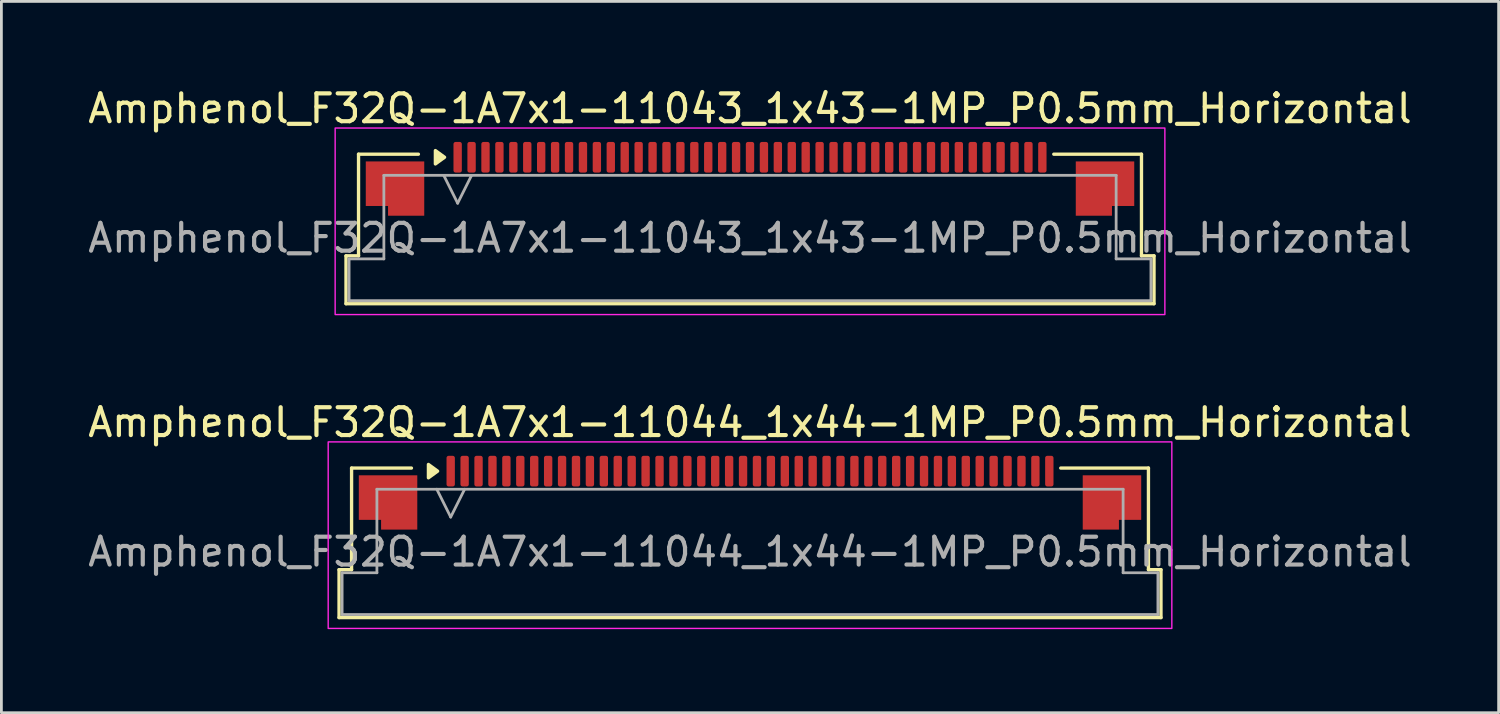
<source format=kicad_pcb>
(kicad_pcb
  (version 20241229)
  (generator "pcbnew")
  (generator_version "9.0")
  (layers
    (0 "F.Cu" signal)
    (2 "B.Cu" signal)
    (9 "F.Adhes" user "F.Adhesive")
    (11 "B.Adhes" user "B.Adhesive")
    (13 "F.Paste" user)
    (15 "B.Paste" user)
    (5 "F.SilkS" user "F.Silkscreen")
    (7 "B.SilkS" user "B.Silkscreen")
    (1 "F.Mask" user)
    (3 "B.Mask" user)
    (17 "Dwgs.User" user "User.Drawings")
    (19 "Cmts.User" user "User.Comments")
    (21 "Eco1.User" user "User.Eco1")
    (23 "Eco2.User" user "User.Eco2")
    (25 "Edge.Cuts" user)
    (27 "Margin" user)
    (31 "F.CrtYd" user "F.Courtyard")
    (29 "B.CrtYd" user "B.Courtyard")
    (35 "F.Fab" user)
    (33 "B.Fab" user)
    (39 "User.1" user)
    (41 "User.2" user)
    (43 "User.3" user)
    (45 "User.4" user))
  (footprint "Amphenol_F32Q-1A7x1-11043_1x43-1MP_P0.5mm_Horizontal"
    (layer "F.Cu")
    (at 23.887 5.498)
    (property "Reference" "Amphenol_F32Q-1A7x1-11043_1x43-1MP_P0.5mm_Horizontal" (at 0 -4.65 0) (layer "F.SilkS") (effects (font (size 1 1) (thickness 0.15))))
    (attr smd)
    (fp_line (start -14.51 0.64) (end -14.06 0.64) (stroke (width 0.12) (type solid)) (layer "F.SilkS"))
    (fp_line (start -14.51 2.36) (end -14.51 0.64) (stroke (width 0.12) (type solid)) (layer "F.SilkS"))
    (fp_line (start -14.06 -3.01) (end -11.91 -3.01) (stroke (width 0.12) (type solid)) (layer "F.SilkS"))
    (fp_line (start -14.06 0.64) (end -14.06 -3.01) (stroke (width 0.12) (type solid)) (layer "F.SilkS"))
    (fp_line (start 10.91 -3.01) (end 14.06 -3.01) (stroke (width 0.12) (type solid)) (layer "F.SilkS"))
    (fp_line (start 14.06 -3.01) (end 14.06 0.64) (stroke (width 0.12) (type solid)) (layer "F.SilkS"))
    (fp_line (start 14.06 0.64) (end 14.51 0.64) (stroke (width 0.12) (type solid)) (layer "F.SilkS"))
    (fp_line (start 14.51 0.64) (end 14.51 2.36) (stroke (width 0.12) (type solid)) (layer "F.SilkS"))
    (fp_line (start 14.51 2.36) (end -14.51 2.36) (stroke (width 0.12) (type solid)) (layer "F.SilkS"))
    (fp_poly (pts (xy -10.97 -2.9) (xy -11.3 -2.66) (xy -11.3 -3.14)) (stroke (width 0.12) (type solid)) (fill yes) (layer "F.SilkS"))
    (fp_rect (start -14.9 -3.95) (end 14.9 2.75) (stroke (width 0.05) (type solid)) (fill no) (layer "F.CrtYd"))
    (fp_line (start -14.4 0.75) (end -13.15 0.75) (stroke (width 0.1) (type solid)) (layer "F.Fab"))
    (fp_line (start -14.4 2.25) (end -14.4 0.75) (stroke (width 0.1) (type solid)) (layer "F.Fab"))
    (fp_line (start -13.15 -2.25) (end 13.15 -2.25) (stroke (width 0.1) (type solid)) (layer "F.Fab"))
    (fp_line (start -13.15 0.75) (end -13.15 -2.25) (stroke (width 0.1) (type solid)) (layer "F.Fab"))
    (fp_line (start -11 -2.25) (end -10.5 -1.25) (stroke (width 0.1) (type solid)) (layer "F.Fab"))
    (fp_line (start -10.5 -1.25) (end -10 -2.25) (stroke (width 0.1) (type solid)) (layer "F.Fab"))
    (fp_line (start 13.15 -2.25) (end 13.15 0.75) (stroke (width 0.1) (type solid)) (layer "F.Fab"))
    (fp_line (start 13.15 0.75) (end 14.4 0.75) (stroke (width 0.1) (type solid)) (layer "F.Fab"))
    (fp_line (start 14.4 0.75) (end 14.4 2.25) (stroke (width 0.1) (type solid)) (layer "F.Fab"))
    (fp_line (start 14.4 2.25) (end -14.4 2.25) (stroke (width 0.1) (type solid)) (layer "F.Fab"))
    (fp_text user "${REFERENCE}" (at 0 0 0) (layer "F.Fab") (effects (font (size 1 1) (thickness 0.15))))
    (pad "1" smd roundrect (at -10.5 -2.9) (size 0.3 1.1) (layers "F.Cu" "F.Mask" "F.Paste") (roundrect_rratio 0.25))
    (pad "2" smd roundrect (at -10 -2.9) (size 0.3 1.1) (layers "F.Cu" "F.Mask" "F.Paste") (roundrect_rratio 0.25))
    (pad "3" smd roundrect (at -9.5 -2.9) (size 0.3 1.1) (layers "F.Cu" "F.Mask" "F.Paste") (roundrect_rratio 0.25))
    (pad "4" smd roundrect (at -9 -2.9) (size 0.3 1.1) (layers "F.Cu" "F.Mask" "F.Paste") (roundrect_rratio 0.25))
    (pad "5" smd roundrect (at -8.5 -2.9) (size 0.3 1.1) (layers "F.Cu" "F.Mask" "F.Paste") (roundrect_rratio 0.25))
    (pad "6" smd roundrect (at -8 -2.9) (size 0.3 1.1) (layers "F.Cu" "F.Mask" "F.Paste") (roundrect_rratio 0.25))
    (pad "7" smd roundrect (at -7.5 -2.9) (size 0.3 1.1) (layers "F.Cu" "F.Mask" "F.Paste") (roundrect_rratio 0.25))
    (pad "8" smd roundrect (at -7 -2.9) (size 0.3 1.1) (layers "F.Cu" "F.Mask" "F.Paste") (roundrect_rratio 0.25))
    (pad "9" smd roundrect (at -6.5 -2.9) (size 0.3 1.1) (layers "F.Cu" "F.Mask" "F.Paste") (roundrect_rratio 0.25))
    (pad "10" smd roundrect (at -6 -2.9) (size 0.3 1.1) (layers "F.Cu" "F.Mask" "F.Paste") (roundrect_rratio 0.25))
    (pad "11" smd roundrect (at -5.5 -2.9) (size 0.3 1.1) (layers "F.Cu" "F.Mask" "F.Paste") (roundrect_rratio 0.25))
    (pad "12" smd roundrect (at -5 -2.9) (size 0.3 1.1) (layers "F.Cu" "F.Mask" "F.Paste") (roundrect_rratio 0.25))
    (pad "13" smd roundrect (at -4.5 -2.9) (size 0.3 1.1) (layers "F.Cu" "F.Mask" "F.Paste") (roundrect_rratio 0.25))
    (pad "14" smd roundrect (at -4 -2.9) (size 0.3 1.1) (layers "F.Cu" "F.Mask" "F.Paste") (roundrect_rratio 0.25))
    (pad "15" smd roundrect (at -3.5 -2.9) (size 0.3 1.1) (layers "F.Cu" "F.Mask" "F.Paste") (roundrect_rratio 0.25))
    (pad "16" smd roundrect (at -3 -2.9) (size 0.3 1.1) (layers "F.Cu" "F.Mask" "F.Paste") (roundrect_rratio 0.25))
    (pad "17" smd roundrect (at -2.5 -2.9) (size 0.3 1.1) (layers "F.Cu" "F.Mask" "F.Paste") (roundrect_rratio 0.25))
    (pad "18" smd roundrect (at -2 -2.9) (size 0.3 1.1) (layers "F.Cu" "F.Mask" "F.Paste") (roundrect_rratio 0.25))
    (pad "19" smd roundrect (at -1.5 -2.9) (size 0.3 1.1) (layers "F.Cu" "F.Mask" "F.Paste") (roundrect_rratio 0.25))
    (pad "20" smd roundrect (at -1 -2.9) (size 0.3 1.1) (layers "F.Cu" "F.Mask" "F.Paste") (roundrect_rratio 0.25))
    (pad "21" smd roundrect (at -0.5 -2.9) (size 0.3 1.1) (layers "F.Cu" "F.Mask" "F.Paste") (roundrect_rratio 0.25))
    (pad "22" smd roundrect (at 0 -2.9) (size 0.3 1.1) (layers "F.Cu" "F.Mask" "F.Paste") (roundrect_rratio 0.25))
    (pad "23" smd roundrect (at 0.5 -2.9) (size 0.3 1.1) (layers "F.Cu" "F.Mask" "F.Paste") (roundrect_rratio 0.25))
    (pad "24" smd roundrect (at 1 -2.9) (size 0.3 1.1) (layers "F.Cu" "F.Mask" "F.Paste") (roundrect_rratio 0.25))
    (pad "25" smd roundrect (at 1.5 -2.9) (size 0.3 1.1) (layers "F.Cu" "F.Mask" "F.Paste") (roundrect_rratio 0.25))
    (pad "26" smd roundrect (at 2 -2.9) (size 0.3 1.1) (layers "F.Cu" "F.Mask" "F.Paste") (roundrect_rratio 0.25))
    (pad "27" smd roundrect (at 2.5 -2.9) (size 0.3 1.1) (layers "F.Cu" "F.Mask" "F.Paste") (roundrect_rratio 0.25))
    (pad "28" smd roundrect (at 3 -2.9) (size 0.3 1.1) (layers "F.Cu" "F.Mask" "F.Paste") (roundrect_rratio 0.25))
    (pad "29" smd roundrect (at 3.5 -2.9) (size 0.3 1.1) (layers "F.Cu" "F.Mask" "F.Paste") (roundrect_rratio 0.25))
    (pad "30" smd roundrect (at 4 -2.9) (size 0.3 1.1) (layers "F.Cu" "F.Mask" "F.Paste") (roundrect_rratio 0.25))
    (pad "31" smd roundrect (at 4.5 -2.9) (size 0.3 1.1) (layers "F.Cu" "F.Mask" "F.Paste") (roundrect_rratio 0.25))
    (pad "32" smd roundrect (at 5 -2.9) (size 0.3 1.1) (layers "F.Cu" "F.Mask" "F.Paste") (roundrect_rratio 0.25))
    (pad "33" smd roundrect (at 5.5 -2.9) (size 0.3 1.1) (layers "F.Cu" "F.Mask" "F.Paste") (roundrect_rratio 0.25))
    (pad "34" smd roundrect (at 6 -2.9) (size 0.3 1.1) (layers "F.Cu" "F.Mask" "F.Paste") (roundrect_rratio 0.25))
    (pad "35" smd roundrect (at 6.5 -2.9) (size 0.3 1.1) (layers "F.Cu" "F.Mask" "F.Paste") (roundrect_rratio 0.25))
    (pad "36" smd roundrect (at 7 -2.9) (size 0.3 1.1) (layers "F.Cu" "F.Mask" "F.Paste") (roundrect_rratio 0.25))
    (pad "37" smd roundrect (at 7.5 -2.9) (size 0.3 1.1) (layers "F.Cu" "F.Mask" "F.Paste") (roundrect_rratio 0.25))
    (pad "38" smd roundrect (at 8 -2.9) (size 0.3 1.1) (layers "F.Cu" "F.Mask" "F.Paste") (roundrect_rratio 0.25))
    (pad "39" smd roundrect (at 8.5 -2.9) (size 0.3 1.1) (layers "F.Cu" "F.Mask" "F.Paste") (roundrect_rratio 0.25))
    (pad "40" smd roundrect (at 9 -2.9) (size 0.3 1.1) (layers "F.Cu" "F.Mask" "F.Paste") (roundrect_rratio 0.25))
    (pad "41" smd roundrect (at 9.5 -2.9) (size 0.3 1.1) (layers "F.Cu" "F.Mask" "F.Paste") (roundrect_rratio 0.25))
    (pad "42" smd roundrect (at 10 -2.9) (size 0.3 1.1) (layers "F.Cu" "F.Mask" "F.Paste") (roundrect_rratio 0.25))
    (pad "43" smd roundrect (at 10.5 -2.9) (size 0.3 1.1) (layers "F.Cu" "F.Mask" "F.Paste") (roundrect_rratio 0.25))
    (pad "MP" smd custom (at -12.75 -1.775) (size 1 1) (layers "F.Cu" "F.Mask" "F.Paste") (options (anchor circle)) (primitives (gr_poly (pts (xy 1.05 -0.975) (xy 1.05 0.975) (xy -0.25 0.975) (xy -0.25 0.625) (xy -1.05 0.625) (xy -1.05 -0.975)) (width 0) (fill yes))))
    (pad "MP" smd custom (at 12.75 -1.775) (size 1 1) (layers "F.Cu" "F.Mask" "F.Paste") (options (anchor circle)) (primitives (gr_poly (pts (xy -1.05 -0.975) (xy -1.05 0.975) (xy 0.25 0.975) (xy 0.25 0.625) (xy 1.05 0.625) (xy 1.05 -0.975)) (width 0) (fill yes)))))
  (footprint "Amphenol_F32Q-1A7x1-11044_1x44-1MP_P0.5mm_Horizontal"
    (layer "F.Cu")
    (at 23.887 16.771)
    (property "Reference" "Amphenol_F32Q-1A7x1-11044_1x44-1MP_P0.5mm_Horizontal" (at 0 -4.65 0) (layer "F.SilkS") (effects (font (size 1 1) (thickness 0.15))))
    (attr smd)
    (fp_line (start -14.76 0.64) (end -14.31 0.64) (stroke (width 0.12) (type solid)) (layer "F.SilkS"))
    (fp_line (start -14.76 2.36) (end -14.76 0.64) (stroke (width 0.12) (type solid)) (layer "F.SilkS"))
    (fp_line (start -14.31 -3.01) (end -12.16 -3.01) (stroke (width 0.12) (type solid)) (layer "F.SilkS"))
    (fp_line (start -14.31 0.64) (end -14.31 -3.01) (stroke (width 0.12) (type solid)) (layer "F.SilkS"))
    (fp_line (start 11.16 -3.01) (end 14.31 -3.01) (stroke (width 0.12) (type solid)) (layer "F.SilkS"))
    (fp_line (start 14.31 -3.01) (end 14.31 0.64) (stroke (width 0.12) (type solid)) (layer "F.SilkS"))
    (fp_line (start 14.31 0.64) (end 14.76 0.64) (stroke (width 0.12) (type solid)) (layer "F.SilkS"))
    (fp_line (start 14.76 0.64) (end 14.76 2.36) (stroke (width 0.12) (type solid)) (layer "F.SilkS"))
    (fp_line (start 14.76 2.36) (end -14.76 2.36) (stroke (width 0.12) (type solid)) (layer "F.SilkS"))
    (fp_poly (pts (xy -11.22 -2.9) (xy -11.55 -2.66) (xy -11.55 -3.14)) (stroke (width 0.12) (type solid)) (fill yes) (layer "F.SilkS"))
    (fp_rect (start -15.15 -3.95) (end 15.15 2.75) (stroke (width 0.05) (type solid)) (fill no) (layer "F.CrtYd"))
    (fp_line (start -14.65 0.75) (end -13.4 0.75) (stroke (width 0.1) (type solid)) (layer "F.Fab"))
    (fp_line (start -14.65 2.25) (end -14.65 0.75) (stroke (width 0.1) (type solid)) (layer "F.Fab"))
    (fp_line (start -13.4 -2.25) (end 13.4 -2.25) (stroke (width 0.1) (type solid)) (layer "F.Fab"))
    (fp_line (start -13.4 0.75) (end -13.4 -2.25) (stroke (width 0.1) (type solid)) (layer "F.Fab"))
    (fp_line (start -11.25 -2.25) (end -10.75 -1.25) (stroke (width 0.1) (type solid)) (layer "F.Fab"))
    (fp_line (start -10.75 -1.25) (end -10.25 -2.25) (stroke (width 0.1) (type solid)) (layer "F.Fab"))
    (fp_line (start 13.4 -2.25) (end 13.4 0.75) (stroke (width 0.1) (type solid)) (layer "F.Fab"))
    (fp_line (start 13.4 0.75) (end 14.65 0.75) (stroke (width 0.1) (type solid)) (layer "F.Fab"))
    (fp_line (start 14.65 0.75) (end 14.65 2.25) (stroke (width 0.1) (type solid)) (layer "F.Fab"))
    (fp_line (start 14.65 2.25) (end -14.65 2.25) (stroke (width 0.1) (type solid)) (layer "F.Fab"))
    (fp_text user "${REFERENCE}" (at 0 0 0) (layer "F.Fab") (effects (font (size 1 1) (thickness 0.15))))
    (pad "1" smd roundrect (at -10.75 -2.9) (size 0.3 1.1) (layers "F.Cu" "F.Mask" "F.Paste") (roundrect_rratio 0.25))
    (pad "2" smd roundrect (at -10.25 -2.9) (size 0.3 1.1) (layers "F.Cu" "F.Mask" "F.Paste") (roundrect_rratio 0.25))
    (pad "3" smd roundrect (at -9.75 -2.9) (size 0.3 1.1) (layers "F.Cu" "F.Mask" "F.Paste") (roundrect_rratio 0.25))
    (pad "4" smd roundrect (at -9.25 -2.9) (size 0.3 1.1) (layers "F.Cu" "F.Mask" "F.Paste") (roundrect_rratio 0.25))
    (pad "5" smd roundrect (at -8.75 -2.9) (size 0.3 1.1) (layers "F.Cu" "F.Mask" "F.Paste") (roundrect_rratio 0.25))
    (pad "6" smd roundrect (at -8.25 -2.9) (size 0.3 1.1) (layers "F.Cu" "F.Mask" "F.Paste") (roundrect_rratio 0.25))
    (pad "7" smd roundrect (at -7.75 -2.9) (size 0.3 1.1) (layers "F.Cu" "F.Mask" "F.Paste") (roundrect_rratio 0.25))
    (pad "8" smd roundrect (at -7.25 -2.9) (size 0.3 1.1) (layers "F.Cu" "F.Mask" "F.Paste") (roundrect_rratio 0.25))
    (pad "9" smd roundrect (at -6.75 -2.9) (size 0.3 1.1) (layers "F.Cu" "F.Mask" "F.Paste") (roundrect_rratio 0.25))
    (pad "10" smd roundrect (at -6.25 -2.9) (size 0.3 1.1) (layers "F.Cu" "F.Mask" "F.Paste") (roundrect_rratio 0.25))
    (pad "11" smd roundrect (at -5.75 -2.9) (size 0.3 1.1) (layers "F.Cu" "F.Mask" "F.Paste") (roundrect_rratio 0.25))
    (pad "12" smd roundrect (at -5.25 -2.9) (size 0.3 1.1) (layers "F.Cu" "F.Mask" "F.Paste") (roundrect_rratio 0.25))
    (pad "13" smd roundrect (at -4.75 -2.9) (size 0.3 1.1) (layers "F.Cu" "F.Mask" "F.Paste") (roundrect_rratio 0.25))
    (pad "14" smd roundrect (at -4.25 -2.9) (size 0.3 1.1) (layers "F.Cu" "F.Mask" "F.Paste") (roundrect_rratio 0.25))
    (pad "15" smd roundrect (at -3.75 -2.9) (size 0.3 1.1) (layers "F.Cu" "F.Mask" "F.Paste") (roundrect_rratio 0.25))
    (pad "16" smd roundrect (at -3.25 -2.9) (size 0.3 1.1) (layers "F.Cu" "F.Mask" "F.Paste") (roundrect_rratio 0.25))
    (pad "17" smd roundrect (at -2.75 -2.9) (size 0.3 1.1) (layers "F.Cu" "F.Mask" "F.Paste") (roundrect_rratio 0.25))
    (pad "18" smd roundrect (at -2.25 -2.9) (size 0.3 1.1) (layers "F.Cu" "F.Mask" "F.Paste") (roundrect_rratio 0.25))
    (pad "19" smd roundrect (at -1.75 -2.9) (size 0.3 1.1) (layers "F.Cu" "F.Mask" "F.Paste") (roundrect_rratio 0.25))
    (pad "20" smd roundrect (at -1.25 -2.9) (size 0.3 1.1) (layers "F.Cu" "F.Mask" "F.Paste") (roundrect_rratio 0.25))
    (pad "21" smd roundrect (at -0.75 -2.9) (size 0.3 1.1) (layers "F.Cu" "F.Mask" "F.Paste") (roundrect_rratio 0.25))
    (pad "22" smd roundrect (at -0.25 -2.9) (size 0.3 1.1) (layers "F.Cu" "F.Mask" "F.Paste") (roundrect_rratio 0.25))
    (pad "23" smd roundrect (at 0.25 -2.9) (size 0.3 1.1) (layers "F.Cu" "F.Mask" "F.Paste") (roundrect_rratio 0.25))
    (pad "24" smd roundrect (at 0.75 -2.9) (size 0.3 1.1) (layers "F.Cu" "F.Mask" "F.Paste") (roundrect_rratio 0.25))
    (pad "25" smd roundrect (at 1.25 -2.9) (size 0.3 1.1) (layers "F.Cu" "F.Mask" "F.Paste") (roundrect_rratio 0.25))
    (pad "26" smd roundrect (at 1.75 -2.9) (size 0.3 1.1) (layers "F.Cu" "F.Mask" "F.Paste") (roundrect_rratio 0.25))
    (pad "27" smd roundrect (at 2.25 -2.9) (size 0.3 1.1) (layers "F.Cu" "F.Mask" "F.Paste") (roundrect_rratio 0.25))
    (pad "28" smd roundrect (at 2.75 -2.9) (size 0.3 1.1) (layers "F.Cu" "F.Mask" "F.Paste") (roundrect_rratio 0.25))
    (pad "29" smd roundrect (at 3.25 -2.9) (size 0.3 1.1) (layers "F.Cu" "F.Mask" "F.Paste") (roundrect_rratio 0.25))
    (pad "30" smd roundrect (at 3.75 -2.9) (size 0.3 1.1) (layers "F.Cu" "F.Mask" "F.Paste") (roundrect_rratio 0.25))
    (pad "31" smd roundrect (at 4.25 -2.9) (size 0.3 1.1) (layers "F.Cu" "F.Mask" "F.Paste") (roundrect_rratio 0.25))
    (pad "32" smd roundrect (at 4.75 -2.9) (size 0.3 1.1) (layers "F.Cu" "F.Mask" "F.Paste") (roundrect_rratio 0.25))
    (pad "33" smd roundrect (at 5.25 -2.9) (size 0.3 1.1) (layers "F.Cu" "F.Mask" "F.Paste") (roundrect_rratio 0.25))
    (pad "34" smd roundrect (at 5.75 -2.9) (size 0.3 1.1) (layers "F.Cu" "F.Mask" "F.Paste") (roundrect_rratio 0.25))
    (pad "35" smd roundrect (at 6.25 -2.9) (size 0.3 1.1) (layers "F.Cu" "F.Mask" "F.Paste") (roundrect_rratio 0.25))
    (pad "36" smd roundrect (at 6.75 -2.9) (size 0.3 1.1) (layers "F.Cu" "F.Mask" "F.Paste") (roundrect_rratio 0.25))
    (pad "37" smd roundrect (at 7.25 -2.9) (size 0.3 1.1) (layers "F.Cu" "F.Mask" "F.Paste") (roundrect_rratio 0.25))
    (pad "38" smd roundrect (at 7.75 -2.9) (size 0.3 1.1) (layers "F.Cu" "F.Mask" "F.Paste") (roundrect_rratio 0.25))
    (pad "39" smd roundrect (at 8.25 -2.9) (size 0.3 1.1) (layers "F.Cu" "F.Mask" "F.Paste") (roundrect_rratio 0.25))
    (pad "40" smd roundrect (at 8.75 -2.9) (size 0.3 1.1) (layers "F.Cu" "F.Mask" "F.Paste") (roundrect_rratio 0.25))
    (pad "41" smd roundrect (at 9.25 -2.9) (size 0.3 1.1) (layers "F.Cu" "F.Mask" "F.Paste") (roundrect_rratio 0.25))
    (pad "42" smd roundrect (at 9.75 -2.9) (size 0.3 1.1) (layers "F.Cu" "F.Mask" "F.Paste") (roundrect_rratio 0.25))
    (pad "43" smd roundrect (at 10.25 -2.9) (size 0.3 1.1) (layers "F.Cu" "F.Mask" "F.Paste") (roundrect_rratio 0.25))
    (pad "44" smd roundrect (at 10.75 -2.9) (size 0.3 1.1) (layers "F.Cu" "F.Mask" "F.Paste") (roundrect_rratio 0.25))
    (pad "MP" smd custom (at -13 -1.775) (size 1 1) (layers "F.Cu" "F.Mask" "F.Paste") (options (anchor circle)) (primitives (gr_poly (pts (xy 1.05 -0.975) (xy 1.05 0.975) (xy -0.25 0.975) (xy -0.25 0.625) (xy -1.05 0.625) (xy -1.05 -0.975)) (width 0) (fill yes))))
    (pad "MP" smd custom (at 13 -1.775) (size 1 1) (layers "F.Cu" "F.Mask" "F.Paste") (options (anchor circle)) (primitives (gr_poly (pts (xy -1.05 -0.975) (xy -1.05 0.975) (xy 0.25 0.975) (xy 0.25 0.625) (xy 1.05 0.625) (xy 1.05 -0.975)) (width 0) (fill yes)))))
  (gr_rect
    (start -3 -3)
    (end 50.774 22.547)
    (stroke (width 0.1) (type default))
    (fill no)
    (layer "Edge.Cuts")))
</source>
